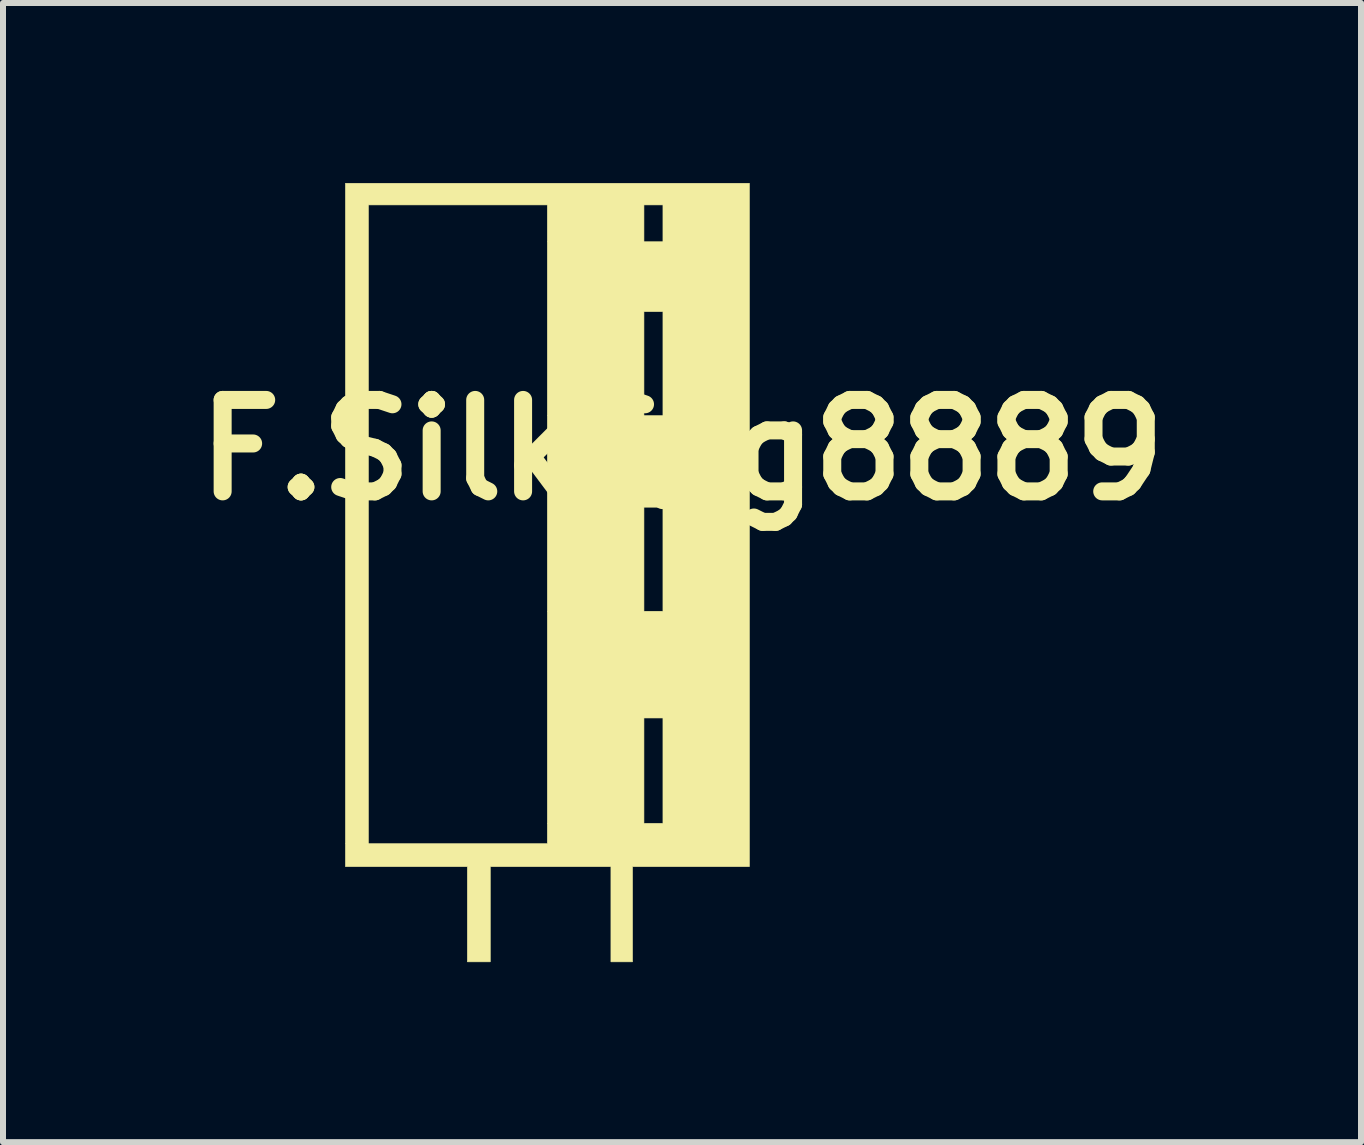
<source format=kicad_pcb>
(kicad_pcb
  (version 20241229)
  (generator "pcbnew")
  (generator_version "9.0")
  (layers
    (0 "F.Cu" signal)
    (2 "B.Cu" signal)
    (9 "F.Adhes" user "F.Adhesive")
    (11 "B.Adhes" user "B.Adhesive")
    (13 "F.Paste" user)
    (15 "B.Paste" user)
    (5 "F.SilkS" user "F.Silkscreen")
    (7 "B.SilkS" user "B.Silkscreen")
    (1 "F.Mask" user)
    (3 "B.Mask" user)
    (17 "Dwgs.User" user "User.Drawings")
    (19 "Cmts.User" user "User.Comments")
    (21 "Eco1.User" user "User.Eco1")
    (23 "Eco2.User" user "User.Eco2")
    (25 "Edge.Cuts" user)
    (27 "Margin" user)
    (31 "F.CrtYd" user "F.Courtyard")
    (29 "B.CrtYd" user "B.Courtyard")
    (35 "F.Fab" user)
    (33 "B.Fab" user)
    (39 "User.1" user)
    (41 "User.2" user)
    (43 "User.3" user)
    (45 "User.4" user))
  (footprint "F.SilkS_g8889"
    (layer "F.Cu")
    (at 8.317 4.45)
    (property "Reference" "F.SilkS_g8889" (at 0 0 0) (layer "F.SilkS") (effects (font (size 1.524 1.524) (thickness 0.3))))
    (attr through_hole)
    (fp_poly (pts (xy 1.122 6.943) (xy -0.826 6.943) (xy -0.826 8.53) (xy -1.185 8.53) (xy -1.185 6.943) (xy -3.196 6.943) (xy -3.196 8.53) (xy -3.577 8.53) (xy -3.577 6.943) (xy -5.609 6.943) (xy -5.609 -4.085) (xy -5.228 -4.085) (xy -5.228 6.562) (xy -2.244 6.562) (xy -2.244 4.466) (xy -0.635 4.466) (xy -0.635 6.223) (xy -0.318 6.223) (xy -0.318 4.466) (xy -0.635 4.466) (xy -2.244 4.466) (xy -2.244 0.953) (xy -0.635 0.953) (xy -0.635 2.688) (xy -0.318 2.688) (xy -0.318 0.953) (xy -0.635 0.953) (xy -2.244 0.953) (xy -2.244 -2.307) (xy -0.635 -2.307) (xy -0.635 -0.572) (xy -0.318 -0.572) (xy -0.318 -2.307) (xy -0.635 -2.307) (xy -2.244 -2.307) (xy -2.244 -4.085) (xy -0.635 -4.085) (xy -0.635 -3.471) (xy -0.318 -3.471) (xy -0.318 -4.085) (xy -0.635 -4.085) (xy -2.244 -4.085) (xy -5.228 -4.085) (xy -5.609 -4.085) (xy -5.609 -4.445) (xy 1.122 -4.445) (xy 1.122 6.943)) (stroke (width 0.01) (type solid)) (fill yes) (layer "F.SilkS")))
  (gr_rect
    (start -3 -3)
    (end 19.633 15.985)
    (stroke (width 0.1) (type default))
    (fill no)
    (layer "Edge.Cuts")))
</source>
